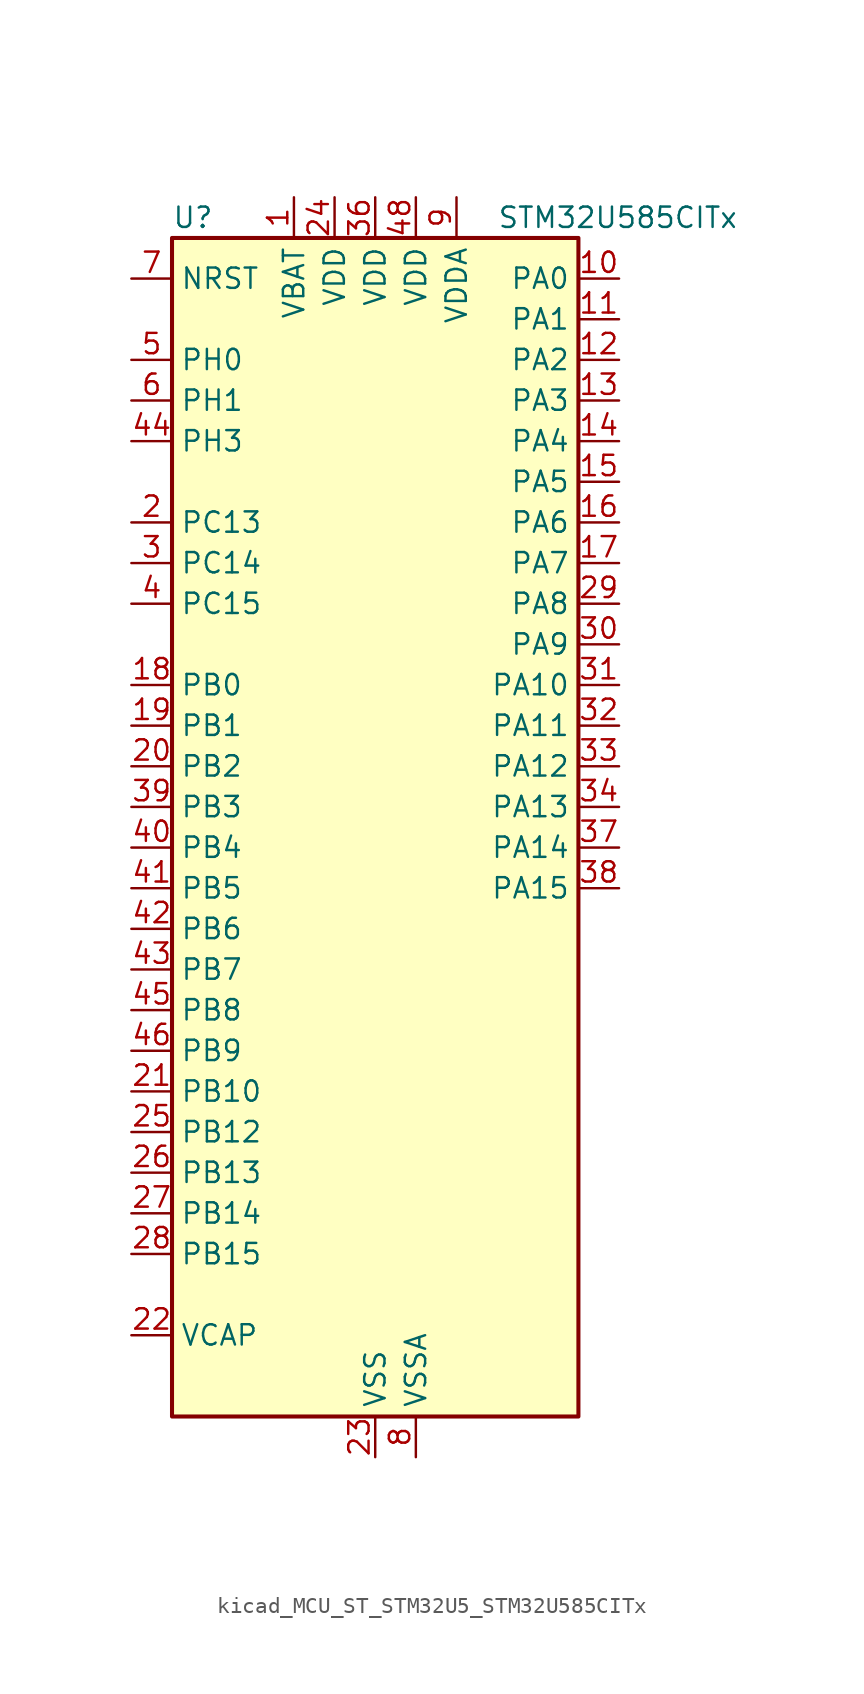
<source format=kicad_sym>
(kicad_symbol_lib
  (version 20220914)
  (generator kicad_symbol_editor)
  (symbol "kicad_MCU_ST_STM32U5_STM32U585CITx"
    (property "Reference" "U"
      (at -12.7 39.37 0)
      (effects (font (size 1.27 1.27)) (justify left)))
    (property "Value" "STM32U585CITx"
      (at 7.62 39.37 0)
      (effects (font (size 1.27 1.27)) (justify left)))
    (property "ki_locked" ""
      (at 0 0 0)
      (effects (font (size 1.27 1.27))))
    (symbol "kicad_MCU_ST_STM32U5_STM32U585CITx_0_1"
      (rectangle (start -12.7 -35.56) (end 12.7 38.1) (stroke (width 0.254) (type default)) (fill (type background))))
    (symbol "kicad_MCU_ST_STM32U5_STM32U585CITx_1_1"
      (pin power_in line (at -5.08 40.64 270) (length 2.54) (name "VBAT" (effects (font (size 1.27 1.27)))) (number "1" (effects (font (size 1.27 1.27)))))
      (pin bidirectional line (at 15.24 35.56 180) (length 2.54) (name "PA0" (effects (font (size 1.27 1.27)))) (number "10" (effects (font (size 1.27 1.27)))) (alternate "ADC1_IN5" bidirectional line) (alternate "AUDIOCLK" bidirectional line) (alternate "OCTOSPIM_P2_NCS" bidirectional line) (alternate "OPAMP1_VINP" bidirectional line) (alternate "PWR_WKUP1" bidirectional line) (alternate "SPI3_RDY" bidirectional line) (alternate "TAMP_IN2" bidirectional line) (alternate "TAMP_OUT1" bidirectional line) (alternate "TIM2_CH1" bidirectional line) (alternate "TIM2_ETR" bidirectional line) (alternate "TIM5_CH1" bidirectional line) (alternate "TIM8_ETR" bidirectional line) (alternate "UART4_TX" bidirectional line) (alternate "USART2_CTS" bidirectional line))
      (pin bidirectional line (at 15.24 33.02 180) (length 2.54) (name "PA1" (effects (font (size 1.27 1.27)))) (number "11" (effects (font (size 1.27 1.27)))) (alternate "ADC1_IN6" bidirectional line) (alternate "I2C1_SMBA" bidirectional line) (alternate "LPTIM1_CH2" bidirectional line) (alternate "OCTOSPIM_P1_DQS" bidirectional line) (alternate "OPAMP1_VINM" bidirectional line) (alternate "PWR_WKUP3" bidirectional line) (alternate "SPI1_SCK" bidirectional line) (alternate "TAMP_IN5" bidirectional line) (alternate "TAMP_OUT4" bidirectional line) (alternate "TIM15_CH1N" bidirectional line) (alternate "TIM2_CH2" bidirectional line) (alternate "TIM5_CH2" bidirectional line) (alternate "UART4_RX" bidirectional line) (alternate "USART2_DE" bidirectional line) (alternate "USART2_RTS" bidirectional line))
      (pin bidirectional line (at 15.24 30.48 180) (length 2.54) (name "PA2" (effects (font (size 1.27 1.27)))) (number "12" (effects (font (size 1.27 1.27)))) (alternate "ADC1_IN7" bidirectional line) (alternate "COMP1_INP" bidirectional line) (alternate "LPUART1_TX" bidirectional line) (alternate "OCTOSPIM_P1_NCS" bidirectional line) (alternate "PWR_WKUP4" bidirectional line) (alternate "RCC_LSCO" bidirectional line) (alternate "SPI1_RDY" bidirectional line) (alternate "TIM15_CH1" bidirectional line) (alternate "TIM2_CH3" bidirectional line) (alternate "TIM5_CH3" bidirectional line) (alternate "UCPD1_FRSTX1" bidirectional line) (alternate "USART2_TX" bidirectional line))
      (pin bidirectional line (at 15.24 27.94 180) (length 2.54) (name "PA3" (effects (font (size 1.27 1.27)))) (number "13" (effects (font (size 1.27 1.27)))) (alternate "ADC1_IN8" bidirectional line) (alternate "LPUART1_RX" bidirectional line) (alternate "OCTOSPIM_P1_CLK" bidirectional line) (alternate "OPAMP1_VOUT" bidirectional line) (alternate "PWR_WKUP5" bidirectional line) (alternate "SAI1_CK1" bidirectional line) (alternate "SAI1_MCLK_A" bidirectional line) (alternate "TIM15_CH2" bidirectional line) (alternate "TIM2_CH4" bidirectional line) (alternate "TIM5_CH4" bidirectional line) (alternate "USART2_RX" bidirectional line))
      (pin bidirectional line (at 15.24 25.4 180) (length 2.54) (name "PA4" (effects (font (size 1.27 1.27)))) (number "14" (effects (font (size 1.27 1.27)))) (alternate "ADC1_IN9" bidirectional line) (alternate "ADC4_IN9" bidirectional line) (alternate "DAC1_OUT1" bidirectional line) (alternate "LPTIM2_CH1" bidirectional line) (alternate "OCTOSPIM_P1_NCS" bidirectional line) (alternate "PWR_WKUP2" bidirectional line) (alternate "SAI1_FS_B" bidirectional line) (alternate "SPI1_NSS" bidirectional line) (alternate "SPI3_NSS" bidirectional line) (alternate "USART2_CK" bidirectional line))
      (pin bidirectional line (at 15.24 22.86 180) (length 2.54) (name "PA5" (effects (font (size 1.27 1.27)))) (number "15" (effects (font (size 1.27 1.27)))) (alternate "ADC1_IN10" bidirectional line) (alternate "ADC4_IN10" bidirectional line) (alternate "DAC1_OUT2" bidirectional line) (alternate "LPTIM2_ETR" bidirectional line) (alternate "PWR_CSLEEP" bidirectional line) (alternate "PWR_WKUP6" bidirectional line) (alternate "SPI1_SCK" bidirectional line) (alternate "TIM2_CH1" bidirectional line) (alternate "TIM2_ETR" bidirectional line) (alternate "TIM8_CH1N" bidirectional line) (alternate "USART3_RX" bidirectional line))
      (pin bidirectional line (at 15.24 20.32 180) (length 2.54) (name "PA6" (effects (font (size 1.27 1.27)))) (number "16" (effects (font (size 1.27 1.27)))) (alternate "ADC1_IN11" bidirectional line) (alternate "ADC4_IN11" bidirectional line) (alternate "LPUART1_CTS" bidirectional line) (alternate "OCTOSPIM_P1_IO3" bidirectional line) (alternate "OPAMP2_VINP" bidirectional line) (alternate "PWR_CDSTOP" bidirectional line) (alternate "PWR_WKUP7" bidirectional line) (alternate "SPI1_MISO" bidirectional line) (alternate "TIM16_CH1" bidirectional line) (alternate "TIM1_BKIN" bidirectional line) (alternate "TIM3_CH1" bidirectional line) (alternate "TIM8_BKIN" bidirectional line) (alternate "USART3_CTS" bidirectional line))
      (pin bidirectional line (at 15.24 17.78 180) (length 2.54) (name "PA7" (effects (font (size 1.27 1.27)))) (number "17" (effects (font (size 1.27 1.27)))) (alternate "ADC1_IN12" bidirectional line) (alternate "ADC4_IN20" bidirectional line) (alternate "I2C3_SCL" bidirectional line) (alternate "LPTIM2_CH2" bidirectional line) (alternate "OCTOSPIM_P1_IO2" bidirectional line) (alternate "OPAMP2_VINM" bidirectional line) (alternate "PWR_SRDSTOP" bidirectional line) (alternate "PWR_WKUP8" bidirectional line) (alternate "SPI1_MOSI" bidirectional line) (alternate "TIM17_CH1" bidirectional line) (alternate "TIM1_CH1N" bidirectional line) (alternate "TIM3_CH2" bidirectional line) (alternate "TIM8_CH1N" bidirectional line) (alternate "USART3_TX" bidirectional line))
      (pin bidirectional line (at -15.24 10.16 0) (length 2.54) (name "PB0" (effects (font (size 1.27 1.27)))) (number "18" (effects (font (size 1.27 1.27)))) (alternate "ADC1_IN15" bidirectional line) (alternate "ADC4_IN18" bidirectional line) (alternate "AUDIOCLK" bidirectional line) (alternate "COMP1_OUT" bidirectional line) (alternate "LPTIM3_CH1" bidirectional line) (alternate "OCTOSPIM_P1_IO1" bidirectional line) (alternate "OPAMP2_VOUT" bidirectional line) (alternate "SPI1_NSS" bidirectional line) (alternate "TIM1_CH2N" bidirectional line) (alternate "TIM3_CH3" bidirectional line) (alternate "TIM8_CH2N" bidirectional line) (alternate "USART3_CK" bidirectional line))
      (pin bidirectional line (at -15.24 7.62 0) (length 2.54) (name "PB1" (effects (font (size 1.27 1.27)))) (number "19" (effects (font (size 1.27 1.27)))) (alternate "ADC1_IN16" bidirectional line) (alternate "ADC4_IN19" bidirectional line) (alternate "COMP1_INM" bidirectional line) (alternate "LPTIM2_IN1" bidirectional line) (alternate "LPTIM3_CH2" bidirectional line) (alternate "LPUART1_DE" bidirectional line) (alternate "LPUART1_RTS" bidirectional line) (alternate "MDF1_SDI0" bidirectional line) (alternate "OCTOSPIM_P1_IO0" bidirectional line) (alternate "PWR_WKUP4" bidirectional line) (alternate "TIM1_CH3N" bidirectional line) (alternate "TIM3_CH4" bidirectional line) (alternate "TIM8_CH3N" bidirectional line) (alternate "USART3_DE" bidirectional line) (alternate "USART3_RTS" bidirectional line))
      (pin bidirectional line (at -15.24 20.32 0) (length 2.54) (name "PC13" (effects (font (size 1.27 1.27)))) (number "2" (effects (font (size 1.27 1.27)))) (alternate "PWR_WKUP2" bidirectional line) (alternate "RTC_OUT1" bidirectional line) (alternate "RTC_TS" bidirectional line) (alternate "TAMP_IN1" bidirectional line) (alternate "TAMP_OUT2" bidirectional line))
      (pin bidirectional line (at -15.24 5.08 0) (length 2.54) (name "PB2" (effects (font (size 1.27 1.27)))) (number "20" (effects (font (size 1.27 1.27)))) (alternate "ADC1_IN17" bidirectional line) (alternate "COMP1_INP" bidirectional line) (alternate "I2C3_SMBA" bidirectional line) (alternate "LPTIM1_CH1" bidirectional line) (alternate "MDF1_CKI0" bidirectional line) (alternate "OCTOSPIM_P1_DQS" bidirectional line) (alternate "PWR_WKUP1" bidirectional line) (alternate "RTC_OUT2" bidirectional line) (alternate "SPI1_RDY" bidirectional line) (alternate "TIM8_CH4N" bidirectional line) (alternate "UCPD1_FRSTX1" bidirectional line))
      (pin bidirectional line (at -15.24 -15.24 0) (length 2.54) (name "PB10" (effects (font (size 1.27 1.27)))) (number "21" (effects (font (size 1.27 1.27)))) (alternate "COMP1_OUT" bidirectional line) (alternate "I2C2_SCL" bidirectional line) (alternate "I2C4_SCL" bidirectional line) (alternate "LPTIM3_CH1" bidirectional line) (alternate "LPUART1_RX" bidirectional line) (alternate "OCTOSPIM_P1_CLK" bidirectional line) (alternate "PWR_WKUP8" bidirectional line) (alternate "SAI1_SCK_A" bidirectional line) (alternate "SPI2_SCK" bidirectional line) (alternate "TIM2_CH3" bidirectional line) (alternate "TSC_SYNC" bidirectional line) (alternate "USART3_TX" bidirectional line))
      (pin power_out line (at -15.24 -30.48 0) (length 2.54) (name "VCAP" (effects (font (size 1.27 1.27)))) (number "22" (effects (font (size 1.27 1.27)))))
      (pin power_in line (at 0 -38.1 90) (length 2.54) (name "VSS" (effects (font (size 1.27 1.27)))) (number "23" (effects (font (size 1.27 1.27)))))
      (pin power_in line (at -2.54 40.64 270) (length 2.54) (name "VDD" (effects (font (size 1.27 1.27)))) (number "24" (effects (font (size 1.27 1.27)))))
      (pin bidirectional line (at -15.24 -17.78 0) (length 2.54) (name "PB12" (effects (font (size 1.27 1.27)))) (number "25" (effects (font (size 1.27 1.27)))) (alternate "I2C2_SMBA" bidirectional line) (alternate "LPUART1_DE" bidirectional line) (alternate "LPUART1_RTS" bidirectional line) (alternate "MDF1_SDI1" bidirectional line) (alternate "OCTOSPIM_P1_NCLK" bidirectional line) (alternate "SPI2_NSS" bidirectional line) (alternate "TIM15_BKIN" bidirectional line) (alternate "TIM1_BKIN" bidirectional line) (alternate "TSC_G1_IO1" bidirectional line) (alternate "USART3_CK" bidirectional line))
      (pin bidirectional line (at -15.24 -20.32 0) (length 2.54) (name "PB13" (effects (font (size 1.27 1.27)))) (number "26" (effects (font (size 1.27 1.27)))) (alternate "I2C2_SCL" bidirectional line) (alternate "LPTIM3_IN1" bidirectional line) (alternate "LPUART1_CTS" bidirectional line) (alternate "MDF1_CKI1" bidirectional line) (alternate "SPI2_SCK" bidirectional line) (alternate "TIM15_CH1N" bidirectional line) (alternate "TIM1_CH1N" bidirectional line) (alternate "TSC_G1_IO2" bidirectional line) (alternate "USART3_CTS" bidirectional line))
      (pin bidirectional line (at -15.24 -22.86 0) (length 2.54) (name "PB14" (effects (font (size 1.27 1.27)))) (number "27" (effects (font (size 1.27 1.27)))) (alternate "I2C2_SDA" bidirectional line) (alternate "LPTIM3_ETR" bidirectional line) (alternate "MDF1_SDI2" bidirectional line) (alternate "SPI2_MISO" bidirectional line) (alternate "TIM15_CH1" bidirectional line) (alternate "TIM1_CH2N" bidirectional line) (alternate "TIM8_CH2N" bidirectional line) (alternate "TSC_G1_IO3" bidirectional line) (alternate "UCPD1_DBCC2" bidirectional line) (alternate "USART3_DE" bidirectional line) (alternate "USART3_RTS" bidirectional line))
      (pin bidirectional line (at -15.24 -25.4 0) (length 2.54) (name "PB15" (effects (font (size 1.27 1.27)))) (number "28" (effects (font (size 1.27 1.27)))) (alternate "ADC1_EXTI15" bidirectional line) (alternate "ADC4_EXTI15" bidirectional line) (alternate "LPTIM2_IN2" bidirectional line) (alternate "MDF1_CKI2" bidirectional line) (alternate "PWR_WKUP7" bidirectional line) (alternate "RTC_REFIN" bidirectional line) (alternate "SPI2_MOSI" bidirectional line) (alternate "TIM15_CH2" bidirectional line) (alternate "TIM1_CH3N" bidirectional line) (alternate "TIM8_CH3N" bidirectional line) (alternate "UCPD1_CC2" bidirectional line))
      (pin bidirectional line (at 15.24 15.24 180) (length 2.54) (name "PA8" (effects (font (size 1.27 1.27)))) (number "29" (effects (font (size 1.27 1.27)))) (alternate "DEBUG_TRACECLK" bidirectional line) (alternate "LPTIM2_CH1" bidirectional line) (alternate "RCC_MCO" bidirectional line) (alternate "SAI1_CK2" bidirectional line) (alternate "SAI1_SCK_A" bidirectional line) (alternate "SPI1_RDY" bidirectional line) (alternate "TIM1_CH1" bidirectional line) (alternate "USART1_CK" bidirectional line) (alternate "USB_OTG_FS_SOF" bidirectional line))
      (pin bidirectional line (at -15.24 17.78 0) (length 2.54) (name "PC14" (effects (font (size 1.27 1.27)))) (number "3" (effects (font (size 1.27 1.27)))) (alternate "RCC_OSC32_IN" bidirectional line))
      (pin bidirectional line (at 15.24 12.7 180) (length 2.54) (name "PA9" (effects (font (size 1.27 1.27)))) (number "30" (effects (font (size 1.27 1.27)))) (alternate "DAC1_EXTI9" bidirectional line) (alternate "SAI1_FS_A" bidirectional line) (alternate "SPI2_SCK" bidirectional line) (alternate "TIM15_BKIN" bidirectional line) (alternate "TIM1_CH2" bidirectional line) (alternate "USART1_TX" bidirectional line) (alternate "USB_OTG_FS_VBUS" bidirectional line))
      (pin bidirectional line (at 15.24 10.16 180) (length 2.54) (name "PA10" (effects (font (size 1.27 1.27)))) (number "31" (effects (font (size 1.27 1.27)))) (alternate "CRS_SYNC" bidirectional line) (alternate "LPTIM2_IN2" bidirectional line) (alternate "SAI1_D1" bidirectional line) (alternate "SAI1_SD_A" bidirectional line) (alternate "TIM17_BKIN" bidirectional line) (alternate "TIM1_CH3" bidirectional line) (alternate "USART1_RX" bidirectional line) (alternate "USB_OTG_FS_ID" bidirectional line))
      (pin bidirectional line (at 15.24 7.62 180) (length 2.54) (name "PA11" (effects (font (size 1.27 1.27)))) (number "32" (effects (font (size 1.27 1.27)))) (alternate "ADC1_EXTI11" bidirectional line) (alternate "FDCAN1_RX" bidirectional line) (alternate "SPI1_MISO" bidirectional line) (alternate "TIM1_BKIN2" bidirectional line) (alternate "TIM1_CH4" bidirectional line) (alternate "USART1_CTS" bidirectional line) (alternate "USB_OTG_FS_DM" bidirectional line))
      (pin bidirectional line (at 15.24 5.08 180) (length 2.54) (name "PA12" (effects (font (size 1.27 1.27)))) (number "33" (effects (font (size 1.27 1.27)))) (alternate "FDCAN1_TX" bidirectional line) (alternate "OCTOSPIM_P2_NCS" bidirectional line) (alternate "SPI1_MOSI" bidirectional line) (alternate "TIM1_ETR" bidirectional line) (alternate "USART1_DE" bidirectional line) (alternate "USART1_RTS" bidirectional line) (alternate "USB_OTG_FS_DP" bidirectional line))
      (pin bidirectional line (at 15.24 2.54 180) (length 2.54) (name "PA13" (effects (font (size 1.27 1.27)))) (number "34" (effects (font (size 1.27 1.27)))) (alternate "DEBUG_JTMS-SWDIO" bidirectional line) (alternate "IR_OUT" bidirectional line) (alternate "SAI1_SD_B" bidirectional line) (alternate "USB_OTG_FS_NOE" bidirectional line))
      (pin passive line (at 0 -38.1 90) (length 2.54) hide (name "VSS" (effects (font (size 1.27 1.27)))) (number "35" (effects (font (size 1.27 1.27)))))
      (pin power_in line (at 0 40.64 270) (length 2.54) (name "VDD" (effects (font (size 1.27 1.27)))) (number "36" (effects (font (size 1.27 1.27)))))
      (pin bidirectional line (at 15.24 0 180) (length 2.54) (name "PA14" (effects (font (size 1.27 1.27)))) (number "37" (effects (font (size 1.27 1.27)))) (alternate "DEBUG_JTCK-SWCLK" bidirectional line) (alternate "I2C1_SMBA" bidirectional line) (alternate "I2C4_SMBA" bidirectional line) (alternate "LPTIM1_CH1" bidirectional line) (alternate "SAI1_FS_B" bidirectional line) (alternate "USB_OTG_FS_SOF" bidirectional line))
      (pin bidirectional line (at 15.24 -2.54 180) (length 2.54) (name "PA15" (effects (font (size 1.27 1.27)))) (number "38" (effects (font (size 1.27 1.27)))) (alternate "ADC1_EXTI15" bidirectional line) (alternate "ADC4_EXTI15" bidirectional line) (alternate "DEBUG_JTDI" bidirectional line) (alternate "SPI1_NSS" bidirectional line) (alternate "SPI3_NSS" bidirectional line) (alternate "TIM2_CH1" bidirectional line) (alternate "TIM2_ETR" bidirectional line) (alternate "UART4_DE" bidirectional line) (alternate "UART4_RTS" bidirectional line) (alternate "UCPD1_CC1" bidirectional line) (alternate "USART2_RX" bidirectional line) (alternate "USART3_DE" bidirectional line) (alternate "USART3_RTS" bidirectional line))
      (pin bidirectional line (at -15.24 2.54 0) (length 2.54) (name "PB3" (effects (font (size 1.27 1.27)))) (number "39" (effects (font (size 1.27 1.27)))) (alternate "ADF1_CCK0" bidirectional line) (alternate "COMP2_INM" bidirectional line) (alternate "CRS_SYNC" bidirectional line) (alternate "DEBUG_JTDO-SWO" bidirectional line) (alternate "I2C1_SDA" bidirectional line) (alternate "LPTIM1_CH1" bidirectional line) (alternate "SAI1_SCK_B" bidirectional line) (alternate "SPI1_SCK" bidirectional line) (alternate "SPI3_SCK" bidirectional line) (alternate "TIM2_CH2" bidirectional line) (alternate "USART1_DE" bidirectional line) (alternate "USART1_RTS" bidirectional line))
      (pin bidirectional line (at -15.24 15.24 0) (length 2.54) (name "PC15" (effects (font (size 1.27 1.27)))) (number "4" (effects (font (size 1.27 1.27)))) (alternate "ADC1_EXTI15" bidirectional line) (alternate "ADC4_EXTI15" bidirectional line) (alternate "RCC_OSC32_OUT" bidirectional line))
      (pin bidirectional line (at -15.24 0 0) (length 2.54) (name "PB4" (effects (font (size 1.27 1.27)))) (number "40" (effects (font (size 1.27 1.27)))) (alternate "ADF1_SDI0" bidirectional line) (alternate "COMP2_INP" bidirectional line) (alternate "DEBUG_JTRST" bidirectional line) (alternate "I2C3_SDA" bidirectional line) (alternate "LPTIM1_CH2" bidirectional line) (alternate "SAI1_MCLK_B" bidirectional line) (alternate "SPI1_MISO" bidirectional line) (alternate "SPI3_MISO" bidirectional line) (alternate "TIM17_BKIN" bidirectional line) (alternate "TIM3_CH1" bidirectional line) (alternate "TSC_G2_IO1" bidirectional line) (alternate "USART1_CTS" bidirectional line))
      (pin bidirectional line (at -15.24 -2.54 0) (length 2.54) (name "PB5" (effects (font (size 1.27 1.27)))) (number "41" (effects (font (size 1.27 1.27)))) (alternate "COMP2_OUT" bidirectional line) (alternate "I2C1_SMBA" bidirectional line) (alternate "LPTIM1_IN1" bidirectional line) (alternate "OCTOSPIM_P1_NCLK" bidirectional line) (alternate "PWR_WKUP6" bidirectional line) (alternate "SAI1_SD_B" bidirectional line) (alternate "SPI1_MOSI" bidirectional line) (alternate "SPI3_MOSI" bidirectional line) (alternate "TIM16_BKIN" bidirectional line) (alternate "TIM3_CH2" bidirectional line) (alternate "TSC_G2_IO2" bidirectional line) (alternate "UCPD1_DBCC1" bidirectional line) (alternate "USART1_CK" bidirectional line))
      (pin bidirectional line (at -15.24 -5.08 0) (length 2.54) (name "PB6" (effects (font (size 1.27 1.27)))) (number "42" (effects (font (size 1.27 1.27)))) (alternate "COMP2_INP" bidirectional line) (alternate "I2C1_SCL" bidirectional line) (alternate "I2C4_SCL" bidirectional line) (alternate "LPTIM1_ETR" bidirectional line) (alternate "MDF1_SDI5" bidirectional line) (alternate "PWR_WKUP3" bidirectional line) (alternate "SAI1_FS_B" bidirectional line) (alternate "TIM16_CH1N" bidirectional line) (alternate "TIM4_CH1" bidirectional line) (alternate "TIM8_BKIN2" bidirectional line) (alternate "TSC_G2_IO3" bidirectional line) (alternate "USART1_TX" bidirectional line))
      (pin bidirectional line (at -15.24 -7.62 0) (length 2.54) (name "PB7" (effects (font (size 1.27 1.27)))) (number "43" (effects (font (size 1.27 1.27)))) (alternate "COMP2_INM" bidirectional line) (alternate "I2C1_SDA" bidirectional line) (alternate "I2C4_SDA" bidirectional line) (alternate "LPTIM1_IN2" bidirectional line) (alternate "MDF1_CKI5" bidirectional line) (alternate "PWR_PVD_IN" bidirectional line) (alternate "PWR_WKUP4" bidirectional line) (alternate "TIM17_CH1N" bidirectional line) (alternate "TIM4_CH2" bidirectional line) (alternate "TIM8_BKIN" bidirectional line) (alternate "TSC_G2_IO4" bidirectional line) (alternate "UART4_CTS" bidirectional line) (alternate "USART1_RX" bidirectional line))
      (pin bidirectional line (at -15.24 25.4 0) (length 2.54) (name "PH3" (effects (font (size 1.27 1.27)))) (number "44" (effects (font (size 1.27 1.27)))))
      (pin bidirectional line (at -15.24 -10.16 0) (length 2.54) (name "PB8" (effects (font (size 1.27 1.27)))) (number "45" (effects (font (size 1.27 1.27)))) (alternate "FDCAN1_RX" bidirectional line) (alternate "I2C1_SCL" bidirectional line) (alternate "MDF1_CCK0" bidirectional line) (alternate "PWR_WKUP5" bidirectional line) (alternate "SAI1_CK1" bidirectional line) (alternate "SAI1_MCLK_A" bidirectional line) (alternate "SPI3_RDY" bidirectional line) (alternate "TIM16_CH1" bidirectional line) (alternate "TIM4_CH3" bidirectional line))
      (pin bidirectional line (at -15.24 -12.7 0) (length 2.54) (name "PB9" (effects (font (size 1.27 1.27)))) (number "46" (effects (font (size 1.27 1.27)))) (alternate "DAC1_EXTI9" bidirectional line) (alternate "FDCAN1_TX" bidirectional line) (alternate "I2C1_SDA" bidirectional line) (alternate "IR_OUT" bidirectional line) (alternate "SAI1_D2" bidirectional line) (alternate "SAI1_FS_A" bidirectional line) (alternate "SPI2_NSS" bidirectional line) (alternate "TIM17_CH1" bidirectional line) (alternate "TIM4_CH4" bidirectional line))
      (pin passive line (at 0 -38.1 90) (length 2.54) hide (name "VSS" (effects (font (size 1.27 1.27)))) (number "47" (effects (font (size 1.27 1.27)))))
      (pin power_in line (at 2.54 40.64 270) (length 2.54) (name "VDD" (effects (font (size 1.27 1.27)))) (number "48" (effects (font (size 1.27 1.27)))))
      (pin bidirectional line (at -15.24 30.48 0) (length 2.54) (name "PH0" (effects (font (size 1.27 1.27)))) (number "5" (effects (font (size 1.27 1.27)))) (alternate "RCC_OSC_IN" bidirectional line))
      (pin bidirectional line (at -15.24 27.94 0) (length 2.54) (name "PH1" (effects (font (size 1.27 1.27)))) (number "6" (effects (font (size 1.27 1.27)))) (alternate "RCC_OSC_OUT" bidirectional line))
      (pin input line (at -15.24 35.56 0) (length 2.54) (name "NRST" (effects (font (size 1.27 1.27)))) (number "7" (effects (font (size 1.27 1.27)))))
      (pin power_in line (at 2.54 -38.1 90) (length 2.54) (name "VSSA" (effects (font (size 1.27 1.27)))) (number "8" (effects (font (size 1.27 1.27)))))
      (pin power_in line (at 5.08 40.64 270) (length 2.54) (name "VDDA" (effects (font (size 1.27 1.27)))) (number "9" (effects (font (size 1.27 1.27))))))))
</source>
